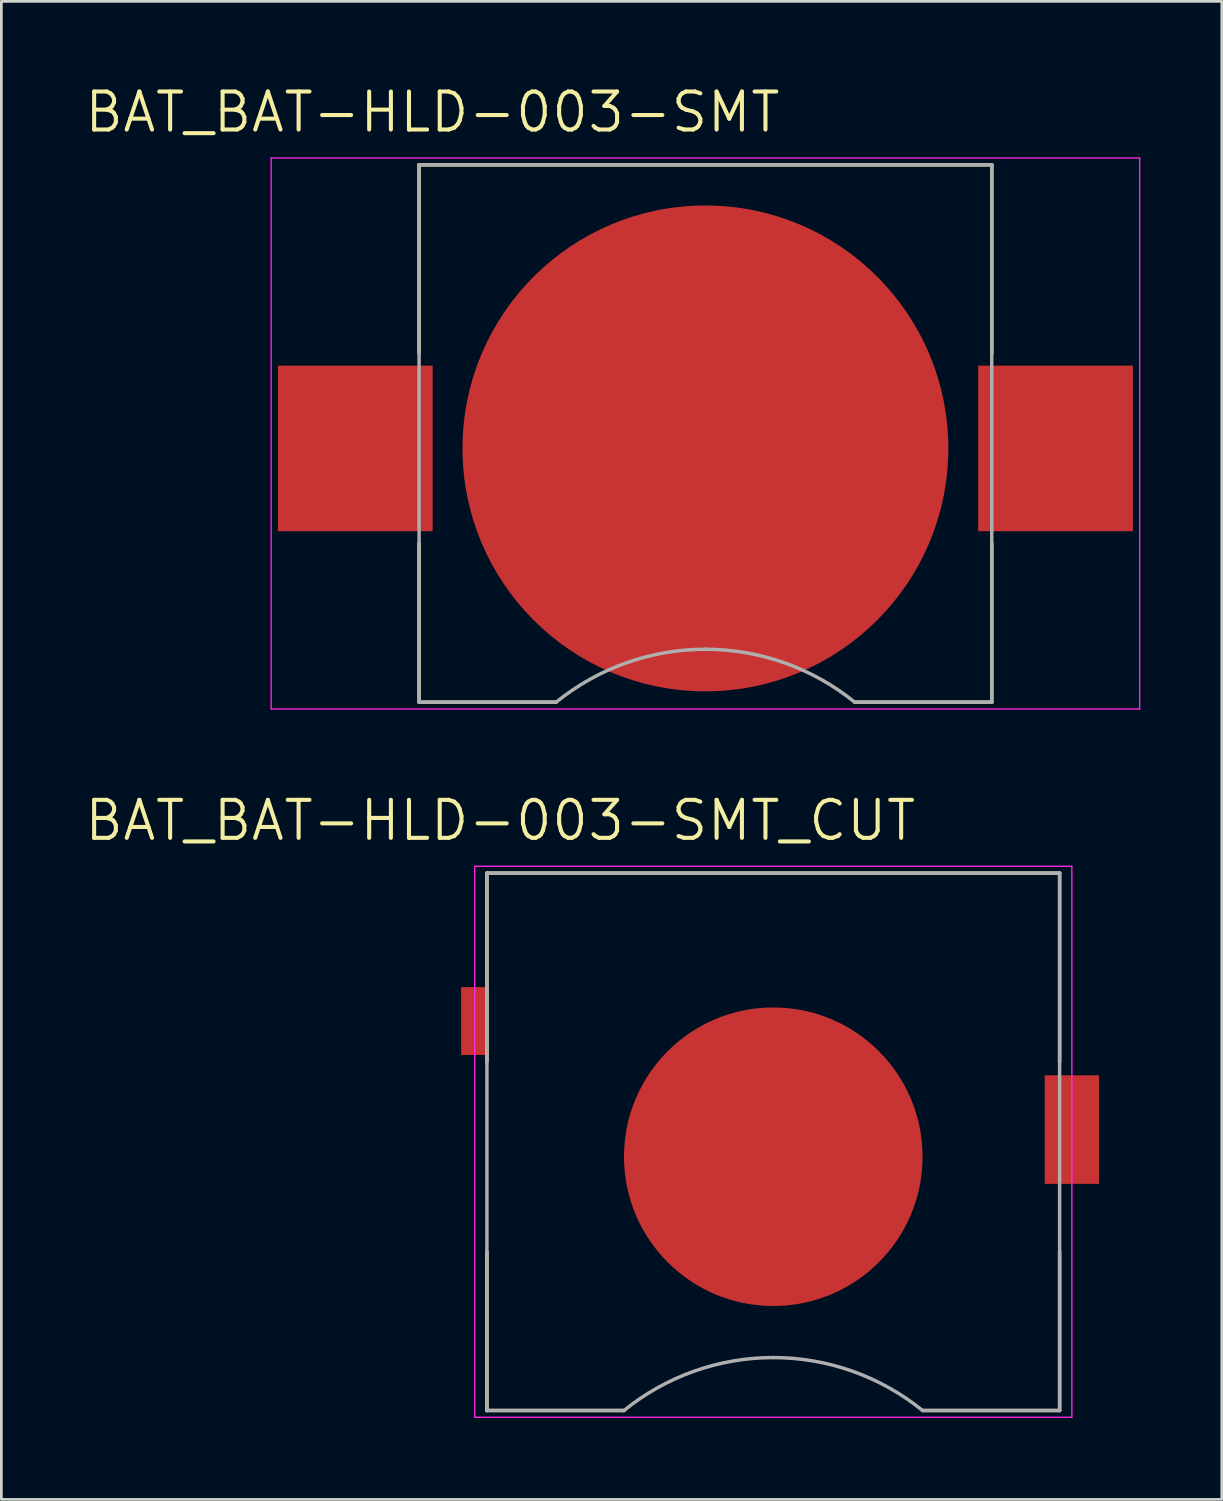
<source format=kicad_pcb>
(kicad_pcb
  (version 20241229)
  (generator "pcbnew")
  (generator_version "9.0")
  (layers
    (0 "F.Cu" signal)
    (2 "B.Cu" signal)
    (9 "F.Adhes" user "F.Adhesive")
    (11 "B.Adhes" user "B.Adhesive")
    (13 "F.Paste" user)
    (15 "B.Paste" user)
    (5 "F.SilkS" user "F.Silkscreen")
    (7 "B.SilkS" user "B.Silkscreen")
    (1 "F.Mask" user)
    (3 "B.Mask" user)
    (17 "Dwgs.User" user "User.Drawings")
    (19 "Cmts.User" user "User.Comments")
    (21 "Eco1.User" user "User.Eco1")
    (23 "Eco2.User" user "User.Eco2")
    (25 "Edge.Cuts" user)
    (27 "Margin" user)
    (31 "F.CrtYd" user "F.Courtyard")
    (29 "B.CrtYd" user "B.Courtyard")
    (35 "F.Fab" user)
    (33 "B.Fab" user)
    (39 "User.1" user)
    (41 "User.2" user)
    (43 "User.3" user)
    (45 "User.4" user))
  (footprint "BAT_BAT-HLD-003-SMT_CUT"
    (layer "F.Cu")
    (at 25.44 39.568)
    (property "Reference" "BAT_BAT-HLD-003-SMT_CUT" (at -10.055 -12.389 0) (layer "F.SilkS") (effects (font (size 1.4 1.4) (thickness 0.15))))
    (attr smd)
    (fp_line (start -10.55 -10.45) (end 10.55 -10.45) (stroke (width 0.127) (type solid)) (layer "F.SilkS"))
    (fp_line (start -10.55 -3.5) (end -10.55 -10.45) (stroke (width 0.127) (type solid)) (layer "F.SilkS"))
    (fp_line (start -10.55 3.5) (end -10.55 9.35) (stroke (width 0.127) (type solid)) (layer "F.SilkS"))
    (fp_line (start -10.55 9.35) (end -5.5 9.35) (stroke (width 0.127) (type solid)) (layer "F.SilkS"))
    (fp_line (start 5.5 9.35) (end 10.55 9.35) (stroke (width 0.127) (type solid)) (layer "F.SilkS"))
    (fp_line (start 10.55 -10.45) (end 10.55 -3.5) (stroke (width 0.127) (type solid)) (layer "F.SilkS"))
    (fp_line (start 10.55 9.35) (end 10.55 3.5) (stroke (width 0.127) (type solid)) (layer "F.SilkS"))
    (fp_line (start -11 -10.7) (end 11 -10.7) (stroke (width 0.05) (type solid)) (layer "F.CrtYd"))
    (fp_line (start -11 9.6) (end -11 -10.7) (stroke (width 0.05) (type solid)) (layer "F.CrtYd"))
    (fp_line (start 11 -10.7) (end 11 9.6) (stroke (width 0.05) (type solid)) (layer "F.CrtYd"))
    (fp_line (start 11 9.6) (end -11 9.6) (stroke (width 0.05) (type solid)) (layer "F.CrtYd"))
    (fp_line (start -10.55 -10.45) (end 10.55 -10.45) (stroke (width 0.127) (type solid)) (layer "F.Fab"))
    (fp_line (start -10.55 9.35) (end -10.55 -10.45) (stroke (width 0.127) (type solid)) (layer "F.Fab"))
    (fp_line (start -10.55 9.35) (end -5.5 9.35) (stroke (width 0.127) (type solid)) (layer "F.Fab"))
    (fp_line (start 5.5 9.35) (end 10.55 9.35) (stroke (width 0.127) (type solid)) (layer "F.Fab"))
    (fp_line (start 10.55 -10.45) (end 10.55 9.35) (stroke (width 0.127) (type solid)) (layer "F.Fab"))
    (fp_arc (start -5.5 9.35) (mid -2.917726 7.901926) (end 0 7.4) (stroke (width 0.127) (type solid)) (layer "F.Fab"))
    (fp_arc (start 0 7.4) (mid 2.917726 7.901926) (end 5.5 9.35) (stroke (width 0.127) (type solid)) (layer "F.Fab"))
    (pad "N" smd circle (at 0 0) (size 11 11) (layers "F.Cu" "F.Mask"))
    (pad "P1" smd rect (at -11 -5) (size 1 2.5) (layers "F.Cu" "F.Mask"))
    (pad "P2" smd rect (at 11 -1) (size 2 4) (layers "F.Cu" "F.Mask")))
  (footprint "BAT_BAT-HLD-003-SMT"
    (layer "F.Cu")
    (at 22.94 13.471)
    (property "Reference" "BAT_BAT-HLD-003-SMT" (at -10.055 -12.389 0) (layer "F.SilkS") (effects (font (size 1.4 1.4) (thickness 0.15))))
    (attr smd)
    (fp_line (start -10.55 -10.45) (end 10.55 -10.45) (stroke (width 0.127) (type solid)) (layer "F.SilkS"))
    (fp_line (start -10.55 -3.5) (end -10.55 -10.45) (stroke (width 0.127) (type solid)) (layer "F.SilkS"))
    (fp_line (start -10.55 3.5) (end -10.55 9.35) (stroke (width 0.127) (type solid)) (layer "F.SilkS"))
    (fp_line (start -10.55 9.35) (end -5.5 9.35) (stroke (width 0.127) (type solid)) (layer "F.SilkS"))
    (fp_line (start 5.5 9.35) (end 10.55 9.35) (stroke (width 0.127) (type solid)) (layer "F.SilkS"))
    (fp_line (start 10.55 -10.45) (end 10.55 -3.5) (stroke (width 0.127) (type solid)) (layer "F.SilkS"))
    (fp_line (start 10.55 9.35) (end 10.55 3.5) (stroke (width 0.127) (type solid)) (layer "F.SilkS"))
    (fp_line (start -16 -10.7) (end 16 -10.7) (stroke (width 0.05) (type solid)) (layer "F.CrtYd"))
    (fp_line (start -16 9.6) (end -16 -10.7) (stroke (width 0.05) (type solid)) (layer "F.CrtYd"))
    (fp_line (start 16 -10.7) (end 16 9.6) (stroke (width 0.05) (type solid)) (layer "F.CrtYd"))
    (fp_line (start 16 9.6) (end -16 9.6) (stroke (width 0.05) (type solid)) (layer "F.CrtYd"))
    (fp_line (start -10.55 -10.45) (end 10.55 -10.45) (stroke (width 0.127) (type solid)) (layer "F.Fab"))
    (fp_line (start -10.55 9.35) (end -10.55 -10.45) (stroke (width 0.127) (type solid)) (layer "F.Fab"))
    (fp_line (start -10.55 9.35) (end -5.5 9.35) (stroke (width 0.127) (type solid)) (layer "F.Fab"))
    (fp_line (start 5.5 9.35) (end 10.55 9.35) (stroke (width 0.127) (type solid)) (layer "F.Fab"))
    (fp_line (start 10.55 -10.45) (end 10.55 9.35) (stroke (width 0.127) (type solid)) (layer "F.Fab"))
    (fp_arc (start -5.5 9.35) (mid -2.917726 7.901926) (end 0 7.4) (stroke (width 0.127) (type solid)) (layer "F.Fab"))
    (fp_arc (start 0 7.4) (mid 2.917726 7.901926) (end 5.5 9.35) (stroke (width 0.127) (type solid)) (layer "F.Fab"))
    (pad "N" smd circle (at 0 0) (size 17.9 17.9) (layers "F.Cu" "F.Mask"))
    (pad "P1" smd rect (at -12.9 0) (size 5.7 6.1) (layers "F.Cu" "F.Mask" "F.Paste"))
    (pad "P2" smd rect (at 12.9 0) (size 5.7 6.1) (layers "F.Cu" "F.Mask" "F.Paste")))
  (gr_rect
    (start -3 -3)
    (end 41.965 52.193)
    (stroke (width 0.1) (type default))
    (fill no)
    (layer "Edge.Cuts")))
</source>
